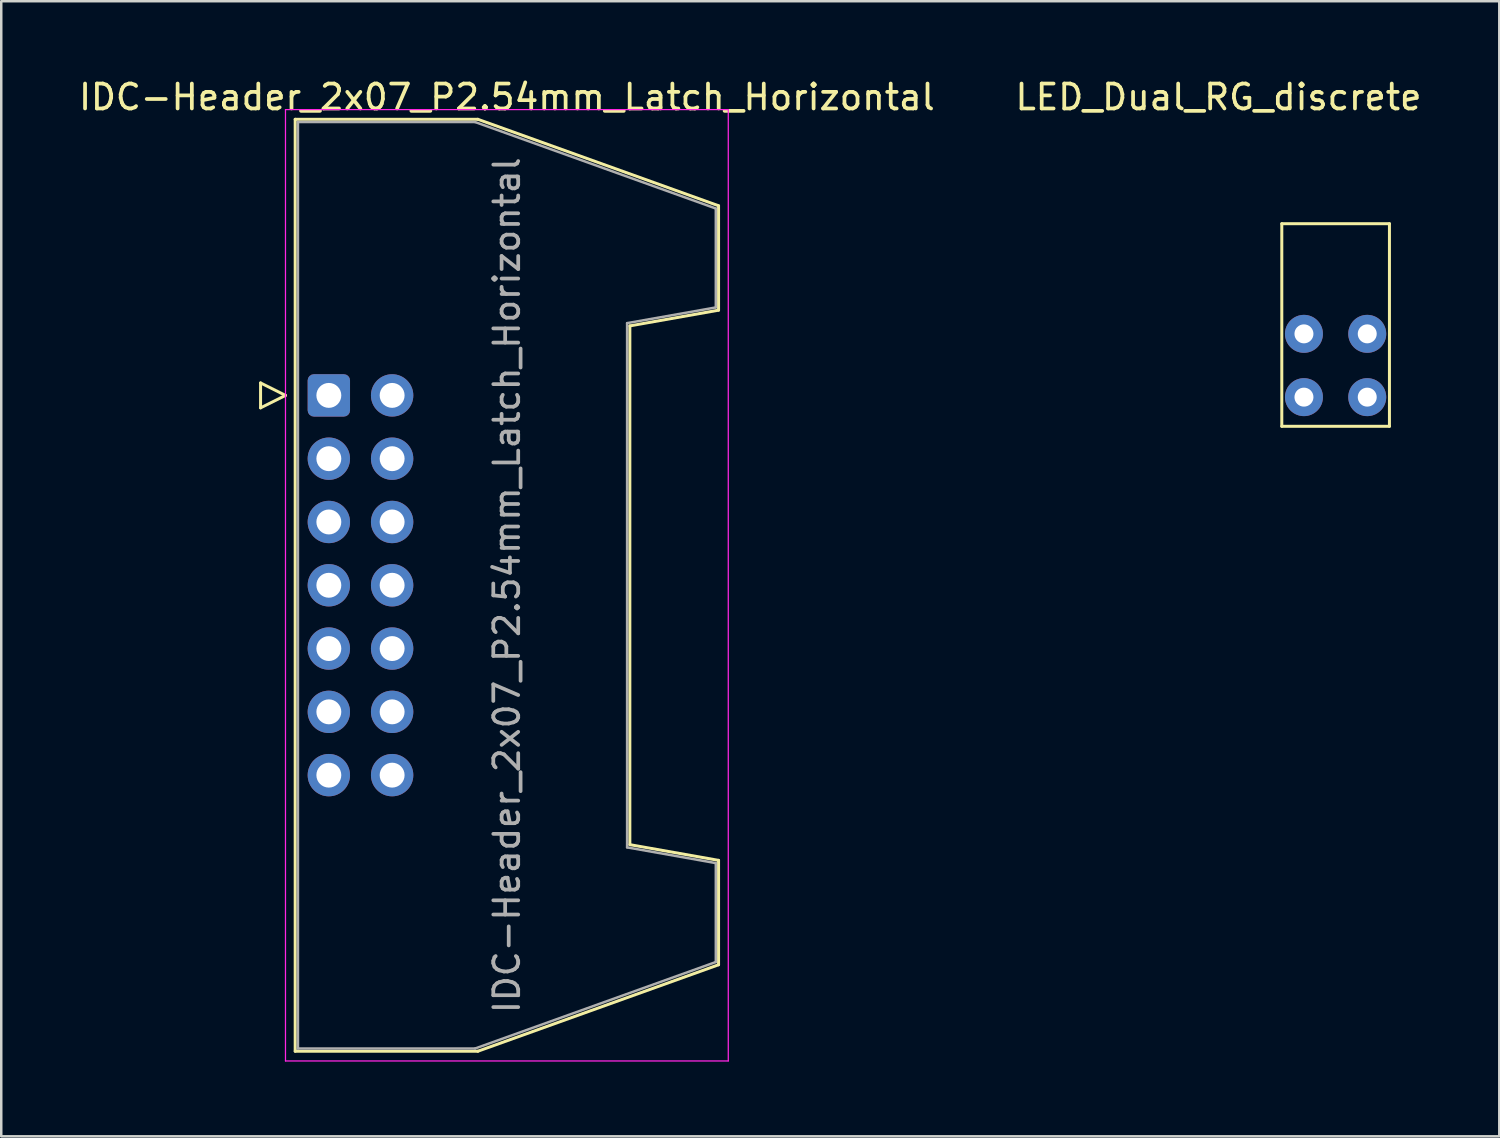
<source format=kicad_pcb>
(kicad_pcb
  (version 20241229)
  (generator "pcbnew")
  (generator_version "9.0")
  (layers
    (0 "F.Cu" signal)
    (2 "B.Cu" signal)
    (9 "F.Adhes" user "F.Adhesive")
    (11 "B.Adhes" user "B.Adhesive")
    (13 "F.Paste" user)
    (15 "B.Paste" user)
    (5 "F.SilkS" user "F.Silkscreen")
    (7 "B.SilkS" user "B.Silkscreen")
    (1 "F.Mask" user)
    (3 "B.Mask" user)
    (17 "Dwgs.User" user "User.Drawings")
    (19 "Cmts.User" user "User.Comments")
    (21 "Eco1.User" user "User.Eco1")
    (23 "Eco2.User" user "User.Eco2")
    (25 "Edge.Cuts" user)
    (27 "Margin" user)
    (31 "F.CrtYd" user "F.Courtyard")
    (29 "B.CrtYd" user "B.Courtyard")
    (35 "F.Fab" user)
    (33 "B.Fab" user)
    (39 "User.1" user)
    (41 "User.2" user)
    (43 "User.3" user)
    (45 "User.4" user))
  (footprint "IDC-Header_2x07_P2.54mm_Latch_Horizontal"
    (layer "F.Cu")
    (at 10.147 12.818)
    (property "Reference" "IDC-Header_2x07_P2.54mm_Latch_Horizontal" (at 7.145 -11.97 0) (layer "F.SilkS") (effects (font (size 1 1) (thickness 0.15))))
    (attr through_hole)
    (fp_line (start -2.74 -0.5) (end -2.74 0.5) (stroke (width 0.12) (type solid)) (layer "F.SilkS"))
    (fp_line (start -2.74 0.5) (end -1.74 0) (stroke (width 0.12) (type solid)) (layer "F.SilkS"))
    (fp_line (start -1.74 0) (end -2.74 -0.5) (stroke (width 0.12) (type solid)) (layer "F.SilkS"))
    (fp_line (start -1.35 -11.08) (end 5.98 -11.08) (stroke (width 0.12) (type solid)) (layer "F.SilkS"))
    (fp_line (start -1.35 26.32) (end -1.35 -11.08) (stroke (width 0.12) (type solid)) (layer "F.SilkS"))
    (fp_line (start 5.98 -11.08) (end 15.64 -7.61) (stroke (width 0.12) (type solid)) (layer "F.SilkS"))
    (fp_line (start 5.98 26.32) (end -1.35 26.32) (stroke (width 0.12) (type solid)) (layer "F.SilkS"))
    (fp_line (start 12.08 -2.79) (end 12.08 18.03) (stroke (width 0.12) (type solid)) (layer "F.SilkS"))
    (fp_line (start 12.08 18.03) (end 15.64 18.66) (stroke (width 0.12) (type solid)) (layer "F.SilkS"))
    (fp_line (start 15.64 -7.61) (end 15.64 -3.42) (stroke (width 0.12) (type solid)) (layer "F.SilkS"))
    (fp_line (start 15.64 -3.42) (end 12.08 -2.79) (stroke (width 0.12) (type solid)) (layer "F.SilkS"))
    (fp_line (start 15.64 18.66) (end 15.64 22.85) (stroke (width 0.12) (type solid)) (layer "F.SilkS"))
    (fp_line (start 15.64 22.85) (end 5.98 26.32) (stroke (width 0.12) (type solid)) (layer "F.SilkS"))
    (fp_line (start -1.74 -11.47) (end -1.74 26.71) (stroke (width 0.05) (type solid)) (layer "F.CrtYd"))
    (fp_line (start -1.74 26.71) (end 16.03 26.71) (stroke (width 0.05) (type solid)) (layer "F.CrtYd"))
    (fp_line (start 16.03 -11.47) (end -1.74 -11.47) (stroke (width 0.05) (type solid)) (layer "F.CrtYd"))
    (fp_line (start 16.03 26.71) (end 16.03 -11.47) (stroke (width 0.05) (type solid)) (layer "F.CrtYd"))
    (fp_line (start -1.24 -10.97) (end 5.87 -10.97) (stroke (width 0.1) (type solid)) (layer "F.Fab"))
    (fp_line (start -1.24 26.21) (end -1.24 -10.97) (stroke (width 0.1) (type solid)) (layer "F.Fab"))
    (fp_line (start 5.87 -10.97) (end 15.53 -7.5) (stroke (width 0.1) (type solid)) (layer "F.Fab"))
    (fp_line (start 5.87 26.21) (end -1.24 26.21) (stroke (width 0.1) (type solid)) (layer "F.Fab"))
    (fp_line (start 11.97 -2.9) (end 11.97 18.14) (stroke (width 0.1) (type solid)) (layer "F.Fab"))
    (fp_line (start 11.97 18.14) (end 15.53 18.77) (stroke (width 0.1) (type solid)) (layer "F.Fab"))
    (fp_line (start 15.53 -7.5) (end 15.53 -3.53) (stroke (width 0.1) (type solid)) (layer "F.Fab"))
    (fp_line (start 15.53 -3.53) (end 11.97 -2.9) (stroke (width 0.1) (type solid)) (layer "F.Fab"))
    (fp_line (start 15.53 18.77) (end 15.53 22.74) (stroke (width 0.1) (type solid)) (layer "F.Fab"))
    (fp_line (start 15.53 22.74) (end 5.87 26.21) (stroke (width 0.1) (type solid)) (layer "F.Fab"))
    (fp_text user "${REFERENCE}" (at 7.145 7.62 90) (layer "F.Fab") (effects (font (size 1 1) (thickness 0.15))))
    (pad "1" thru_hole roundrect (at 0 0) (size 1.7 1.7) (drill 1) (layers "*.Cu" "*.Mask") (roundrect_rratio 0.147))
    (pad "2" thru_hole circle (at 2.54 0) (size 1.7 1.7) (drill 1) (layers "*.Cu" "*.Mask"))
    (pad "3" thru_hole circle (at 0 2.54) (size 1.7 1.7) (drill 1) (layers "*.Cu" "*.Mask"))
    (pad "4" thru_hole circle (at 2.54 2.54) (size 1.7 1.7) (drill 1) (layers "*.Cu" "*.Mask"))
    (pad "5" thru_hole circle (at 0 5.08) (size 1.7 1.7) (drill 1) (layers "*.Cu" "*.Mask"))
    (pad "6" thru_hole circle (at 2.54 5.08) (size 1.7 1.7) (drill 1) (layers "*.Cu" "*.Mask"))
    (pad "7" thru_hole circle (at 0 7.62) (size 1.7 1.7) (drill 1) (layers "*.Cu" "*.Mask"))
    (pad "8" thru_hole circle (at 2.54 7.62) (size 1.7 1.7) (drill 1) (layers "*.Cu" "*.Mask"))
    (pad "9" thru_hole circle (at 0 10.16) (size 1.7 1.7) (drill 1) (layers "*.Cu" "*.Mask"))
    (pad "10" thru_hole circle (at 2.54 10.16) (size 1.7 1.7) (drill 1) (layers "*.Cu" "*.Mask"))
    (pad "11" thru_hole circle (at 0 12.7) (size 1.7 1.7) (drill 1) (layers "*.Cu" "*.Mask"))
    (pad "12" thru_hole circle (at 2.54 12.7) (size 1.7 1.7) (drill 1) (layers "*.Cu" "*.Mask"))
    (pad "13" thru_hole circle (at 0 15.24) (size 1.7 1.7) (drill 1) (layers "*.Cu" "*.Mask"))
    (pad "14" thru_hole circle (at 2.54 15.24) (size 1.7 1.7) (drill 1) (layers "*.Cu" "*.Mask")))
  (footprint "LED_Dual_RG_discrete"
    (layer "F.Cu")
    (at 48.391 5.928)
    (property "Reference" "LED_Dual_RG_discrete" (at -2.54 -5.08 0) (layer "F.SilkS") (effects (font (size 1 1) (thickness 0.15))))
    (attr through_hole)
    (fp_line (start 0 0) (end 0 8.13) (stroke (width 0.12) (type solid)) (layer "F.SilkS"))
    (fp_line (start 0 0) (end 4.32 0) (stroke (width 0.12) (type solid)) (layer "F.SilkS"))
    (fp_line (start 0 8.13) (end 4.32 8.13) (stroke (width 0.12) (type solid)) (layer "F.SilkS"))
    (fp_line (start 4.32 0) (end 4.32 8.13) (stroke (width 0.12) (type solid)) (layer "F.SilkS"))
    (pad "1" thru_hole circle (at 3.429 4.42) (size 1.524 1.524) (drill 0.762) (layers "*.Cu" "*.Mask"))
    (pad "2" thru_hole circle (at 3.429 6.96) (size 1.524 1.524) (drill 0.762) (layers "*.Cu" "*.Mask"))
    (pad "3" thru_hole circle (at 0.889 4.42) (size 1.524 1.524) (drill 0.762) (layers "*.Cu" "*.Mask"))
    (pad "4" thru_hole circle (at 0.889 6.96) (size 1.524 1.524) (drill 0.762) (layers "*.Cu" "*.Mask")))
  (gr_rect
    (start -3 -3)
    (end 57.119 42.553)
    (stroke (width 0.1) (type default))
    (fill no)
    (layer "Edge.Cuts")))
</source>
